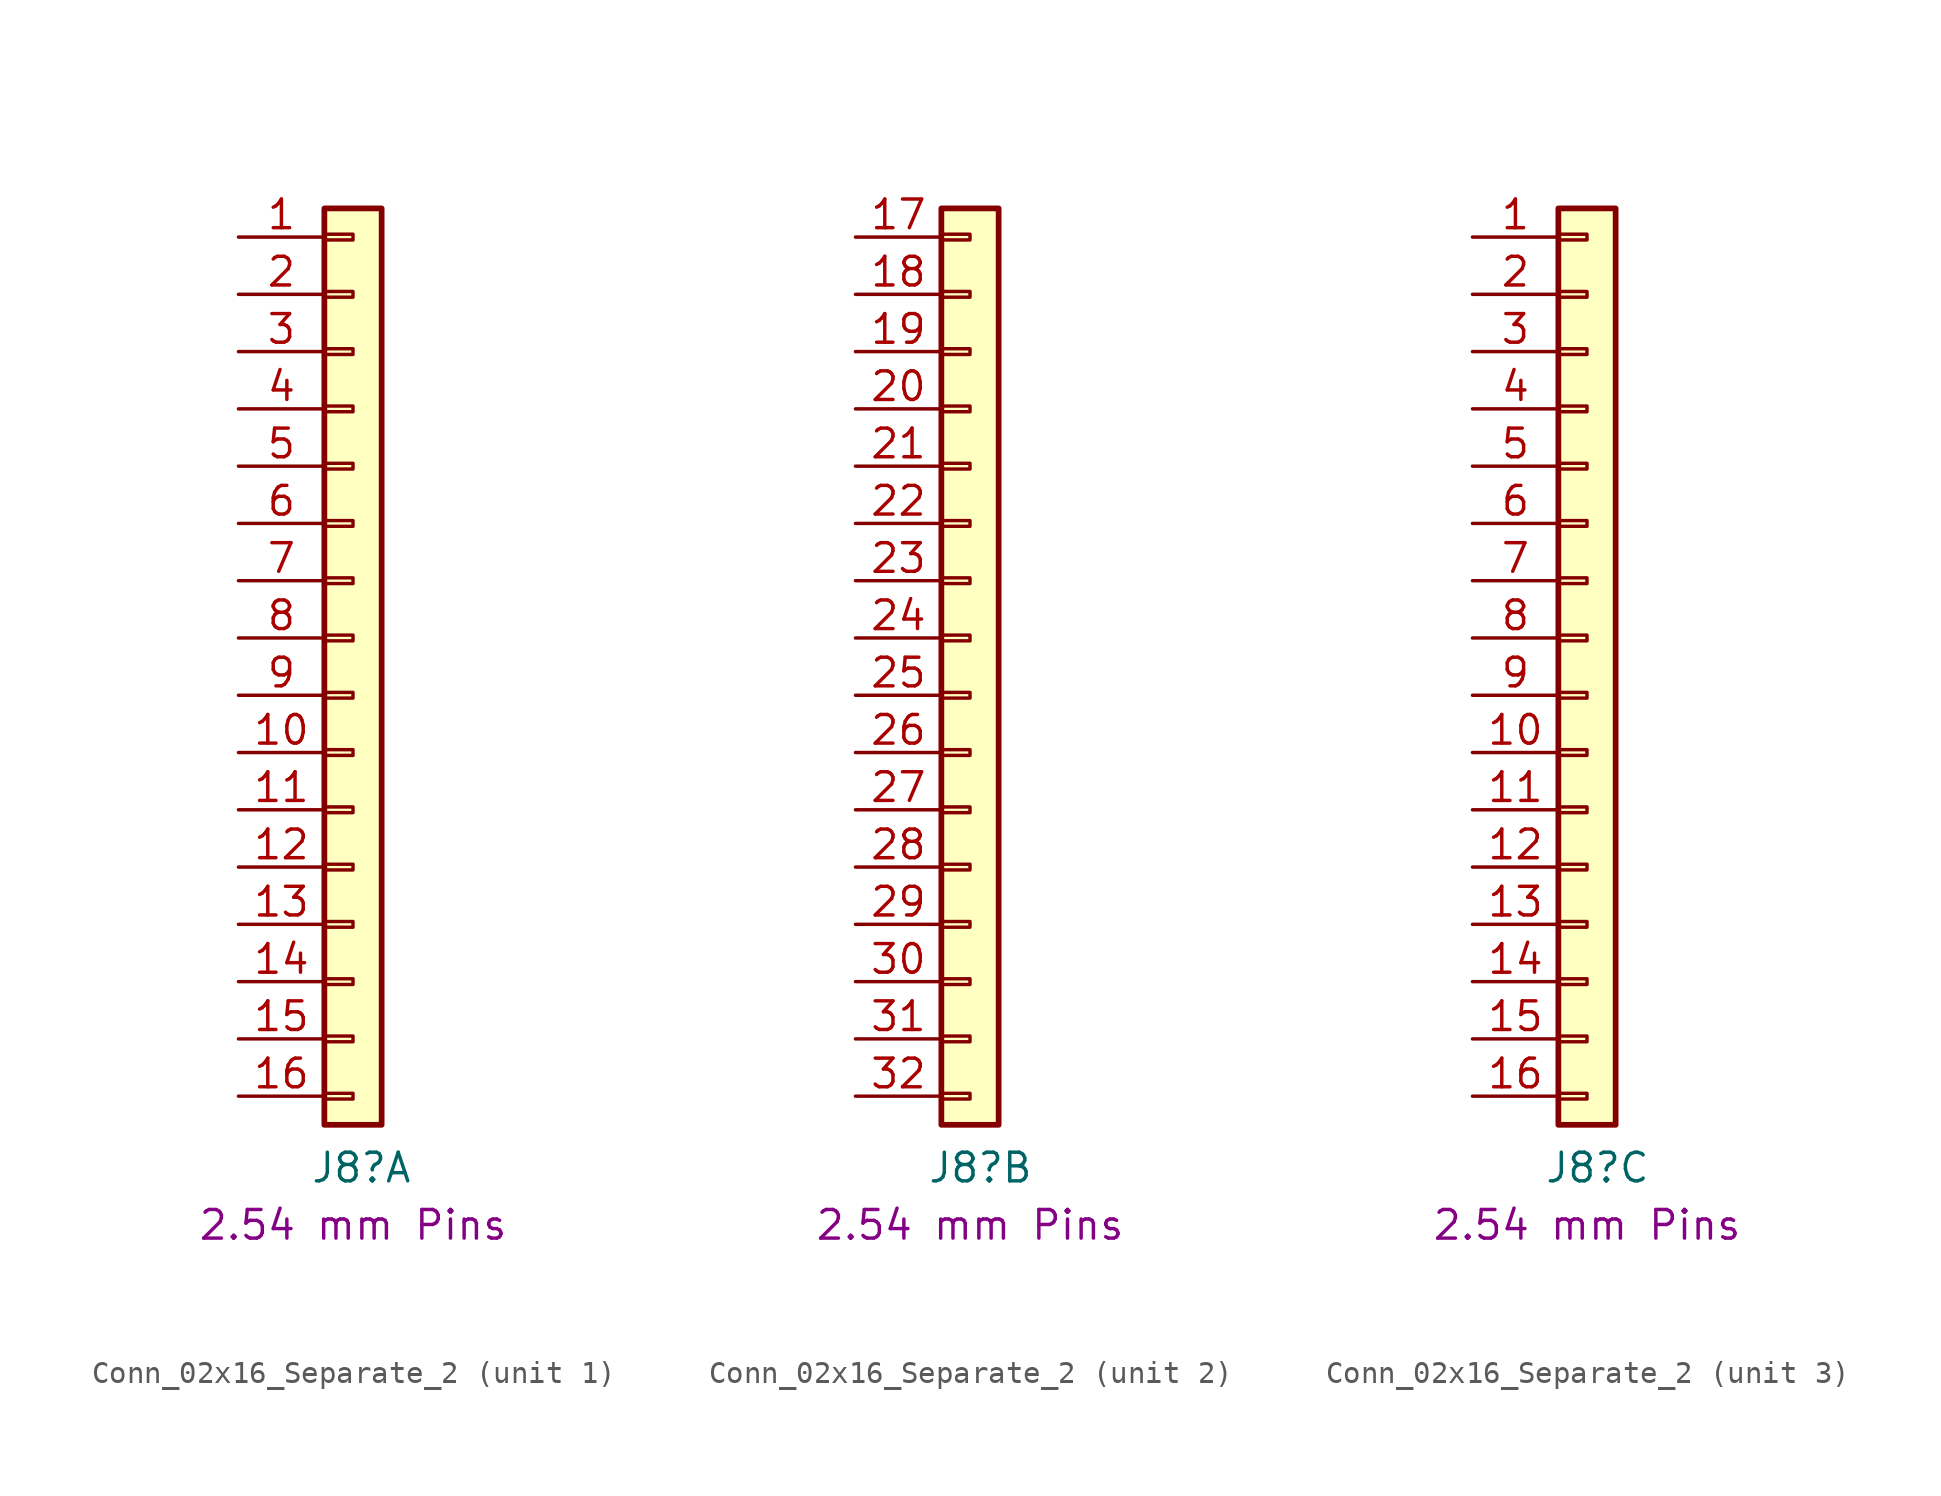
<source format=kicad_sym>
(kicad_symbol_lib
  (version 20211014)
  (generator kicad_symbol_editor)
  (symbol "Conn_02x16_Separate_2"
    (property "Reference" "J8"
      (at -1.905 -22.225 0)
      (effects (font (size 1.27 1.27)) (justify left)))
    (property "Field4" "2.54 mm Pins"
      (at 0 -24.765 0)
      (effects (font (size 1.27 1.27))))
    (property "ki_locked" ""
      (at 0 0 0)
      (effects (font (size 1.27 1.27))))
    (symbol "Conn_02x16_Separate_2_1_1"
      (rectangle (start -1.27 -18.923) (end 0 -19.177) (stroke (width 0.152) (type default) (color 0 0 0 0)) (fill (type none)))
      (rectangle (start -1.27 -16.383) (end 0 -16.637) (stroke (width 0.152) (type default) (color 0 0 0 0)) (fill (type none)))
      (rectangle (start -1.27 -13.843) (end 0 -14.097) (stroke (width 0.152) (type default) (color 0 0 0 0)) (fill (type none)))
      (rectangle (start -1.27 -11.303) (end 0 -11.557) (stroke (width 0.152) (type default) (color 0 0 0 0)) (fill (type none)))
      (rectangle (start -1.27 -8.763) (end 0 -9.017) (stroke (width 0.152) (type default) (color 0 0 0 0)) (fill (type none)))
      (rectangle (start -1.27 -6.223) (end 0 -6.477) (stroke (width 0.152) (type default) (color 0 0 0 0)) (fill (type none)))
      (rectangle (start -1.27 -3.683) (end 0 -3.937) (stroke (width 0.152) (type default) (color 0 0 0 0)) (fill (type none)))
      (rectangle (start -1.27 -1.143) (end 0 -1.397) (stroke (width 0.152) (type default) (color 0 0 0 0)) (fill (type none)))
      (rectangle (start -1.27 1.397) (end 0 1.143) (stroke (width 0.152) (type default) (color 0 0 0 0)) (fill (type none)))
      (rectangle (start -1.27 3.937) (end 0 3.683) (stroke (width 0.152) (type default) (color 0 0 0 0)) (fill (type none)))
      (rectangle (start -1.27 6.477) (end 0 6.223) (stroke (width 0.152) (type default) (color 0 0 0 0)) (fill (type none)))
      (rectangle (start -1.27 9.017) (end 0 8.763) (stroke (width 0.152) (type default) (color 0 0 0 0)) (fill (type none)))
      (rectangle (start -1.27 11.557) (end 0 11.303) (stroke (width 0.152) (type default) (color 0 0 0 0)) (fill (type none)))
      (rectangle (start -1.27 14.097) (end 0 13.843) (stroke (width 0.152) (type default) (color 0 0 0 0)) (fill (type none)))
      (rectangle (start -1.27 16.637) (end 0 16.383) (stroke (width 0.152) (type default) (color 0 0 0 0)) (fill (type none)))
      (rectangle (start -1.27 19.177) (end 0 18.923) (stroke (width 0.152) (type default) (color 0 0 0 0)) (fill (type none)))
      (rectangle (start -1.27 20.32) (end 1.27 -20.32) (stroke (width 0.254) (type default) (color 0 0 0 0)) (fill (type background)))
      (pin passive line (at -5.08 19.05 0) (length 3.81) (name "" (effects (font (size 1.27 1.27)))) (number "1" (effects (font (size 1.27 1.27)))))
      (pin passive line (at -5.08 -3.81 0) (length 3.81) (name "" (effects (font (size 1.27 1.27)))) (number "10" (effects (font (size 1.27 1.27)))))
      (pin passive line (at -5.08 -6.35 0) (length 3.81) (name "" (effects (font (size 1.27 1.27)))) (number "11" (effects (font (size 1.27 1.27)))))
      (pin passive line (at -5.08 -8.89 0) (length 3.81) (name "" (effects (font (size 1.27 1.27)))) (number "12" (effects (font (size 1.27 1.27)))))
      (pin passive line (at -5.08 -11.43 0) (length 3.81) (name "" (effects (font (size 1.27 1.27)))) (number "13" (effects (font (size 1.27 1.27)))))
      (pin passive line (at -5.08 -13.97 0) (length 3.81) (name "" (effects (font (size 1.27 1.27)))) (number "14" (effects (font (size 1.27 1.27)))))
      (pin passive line (at -5.08 -16.51 0) (length 3.81) (name "" (effects (font (size 1.27 1.27)))) (number "15" (effects (font (size 1.27 1.27)))))
      (pin passive line (at -5.08 -19.05 0) (length 3.81) (name "" (effects (font (size 1.27 1.27)))) (number "16" (effects (font (size 1.27 1.27)))))
      (pin passive line (at -5.08 16.51 0) (length 3.81) (name "" (effects (font (size 1.27 1.27)))) (number "2" (effects (font (size 1.27 1.27)))))
      (pin passive line (at -5.08 13.97 0) (length 3.81) (name "" (effects (font (size 1.27 1.27)))) (number "3" (effects (font (size 1.27 1.27)))))
      (pin passive line (at -5.08 11.43 0) (length 3.81) (name "" (effects (font (size 1.27 1.27)))) (number "4" (effects (font (size 1.27 1.27)))))
      (pin passive line (at -5.08 8.89 0) (length 3.81) (name "" (effects (font (size 1.27 1.27)))) (number "5" (effects (font (size 1.27 1.27)))))
      (pin passive line (at -5.08 6.35 0) (length 3.81) (name "" (effects (font (size 1.27 1.27)))) (number "6" (effects (font (size 1.27 1.27)))))
      (pin passive line (at -5.08 3.81 0) (length 3.81) (name "" (effects (font (size 1.27 1.27)))) (number "7" (effects (font (size 1.27 1.27)))))
      (pin passive line (at -5.08 1.27 0) (length 3.81) (name "" (effects (font (size 1.27 1.27)))) (number "8" (effects (font (size 1.27 1.27)))))
      (pin passive line (at -5.08 -1.27 0) (length 3.81) (name "" (effects (font (size 1.27 1.27)))) (number "9" (effects (font (size 1.27 1.27))))))
    (symbol "Conn_02x16_Separate_2_2_1"
      (rectangle (start -1.27 -18.923) (end 0 -19.177) (stroke (width 0.152) (type default) (color 0 0 0 0)) (fill (type none)))
      (rectangle (start -1.27 -16.383) (end 0 -16.637) (stroke (width 0.152) (type default) (color 0 0 0 0)) (fill (type none)))
      (rectangle (start -1.27 -13.843) (end 0 -14.097) (stroke (width 0.152) (type default) (color 0 0 0 0)) (fill (type none)))
      (rectangle (start -1.27 -11.303) (end 0 -11.557) (stroke (width 0.152) (type default) (color 0 0 0 0)) (fill (type none)))
      (rectangle (start -1.27 -8.763) (end 0 -9.017) (stroke (width 0.152) (type default) (color 0 0 0 0)) (fill (type none)))
      (rectangle (start -1.27 -6.223) (end 0 -6.477) (stroke (width 0.152) (type default) (color 0 0 0 0)) (fill (type none)))
      (rectangle (start -1.27 -3.683) (end 0 -3.937) (stroke (width 0.152) (type default) (color 0 0 0 0)) (fill (type none)))
      (rectangle (start -1.27 -1.143) (end 0 -1.397) (stroke (width 0.152) (type default) (color 0 0 0 0)) (fill (type none)))
      (rectangle (start -1.27 1.397) (end 0 1.143) (stroke (width 0.152) (type default) (color 0 0 0 0)) (fill (type none)))
      (rectangle (start -1.27 3.937) (end 0 3.683) (stroke (width 0.152) (type default) (color 0 0 0 0)) (fill (type none)))
      (rectangle (start -1.27 6.477) (end 0 6.223) (stroke (width 0.152) (type default) (color 0 0 0 0)) (fill (type none)))
      (rectangle (start -1.27 9.017) (end 0 8.763) (stroke (width 0.152) (type default) (color 0 0 0 0)) (fill (type none)))
      (rectangle (start -1.27 11.557) (end 0 11.303) (stroke (width 0.152) (type default) (color 0 0 0 0)) (fill (type none)))
      (rectangle (start -1.27 14.097) (end 0 13.843) (stroke (width 0.152) (type default) (color 0 0 0 0)) (fill (type none)))
      (rectangle (start -1.27 16.637) (end 0 16.383) (stroke (width 0.152) (type default) (color 0 0 0 0)) (fill (type none)))
      (rectangle (start -1.27 19.177) (end 0 18.923) (stroke (width 0.152) (type default) (color 0 0 0 0)) (fill (type none)))
      (rectangle (start -1.27 20.32) (end 1.27 -20.32) (stroke (width 0.254) (type default) (color 0 0 0 0)) (fill (type background)))
      (pin passive line (at -5.08 19.05 0) (length 3.81) (name "" (effects (font (size 1.27 1.27)))) (number "17" (effects (font (size 1.27 1.27)))))
      (pin passive line (at -5.08 16.51 0) (length 3.81) (name "" (effects (font (size 1.27 1.27)))) (number "18" (effects (font (size 1.27 1.27)))))
      (pin passive line (at -5.08 13.97 0) (length 3.81) (name "" (effects (font (size 1.27 1.27)))) (number "19" (effects (font (size 1.27 1.27)))))
      (pin passive line (at -5.08 11.43 0) (length 3.81) (name "" (effects (font (size 1.27 1.27)))) (number "20" (effects (font (size 1.27 1.27)))))
      (pin passive line (at -5.08 8.89 0) (length 3.81) (name "" (effects (font (size 1.27 1.27)))) (number "21" (effects (font (size 1.27 1.27)))))
      (pin passive line (at -5.08 6.35 0) (length 3.81) (name "" (effects (font (size 1.27 1.27)))) (number "22" (effects (font (size 1.27 1.27)))))
      (pin passive line (at -5.08 3.81 0) (length 3.81) (name "" (effects (font (size 1.27 1.27)))) (number "23" (effects (font (size 1.27 1.27)))))
      (pin passive line (at -5.08 1.27 0) (length 3.81) (name "" (effects (font (size 1.27 1.27)))) (number "24" (effects (font (size 1.27 1.27)))))
      (pin passive line (at -5.08 -1.27 0) (length 3.81) (name "" (effects (font (size 1.27 1.27)))) (number "25" (effects (font (size 1.27 1.27)))))
      (pin passive line (at -5.08 -3.81 0) (length 3.81) (name "" (effects (font (size 1.27 1.27)))) (number "26" (effects (font (size 1.27 1.27)))))
      (pin passive line (at -5.08 -6.35 0) (length 3.81) (name "" (effects (font (size 1.27 1.27)))) (number "27" (effects (font (size 1.27 1.27)))))
      (pin passive line (at -5.08 -8.89 0) (length 3.81) (name "" (effects (font (size 1.27 1.27)))) (number "28" (effects (font (size 1.27 1.27)))))
      (pin passive line (at -5.08 -11.43 0) (length 3.81) (name "" (effects (font (size 1.27 1.27)))) (number "29" (effects (font (size 1.27 1.27)))))
      (pin passive line (at -5.08 -13.97 0) (length 3.81) (name "" (effects (font (size 1.27 1.27)))) (number "30" (effects (font (size 1.27 1.27)))))
      (pin passive line (at -5.08 -16.51 0) (length 3.81) (name "" (effects (font (size 1.27 1.27)))) (number "31" (effects (font (size 1.27 1.27)))))
      (pin passive line (at -5.08 -19.05 0) (length 3.81) (name "" (effects (font (size 1.27 1.27)))) (number "32" (effects (font (size 1.27 1.27))))))
    (symbol "Conn_02x16_Separate_2_3_1"
      (rectangle (start -1.27 -18.923) (end 0 -19.177) (stroke (width 0.152) (type default) (color 0 0 0 0)) (fill (type none)))
      (rectangle (start -1.27 -16.383) (end 0 -16.637) (stroke (width 0.152) (type default) (color 0 0 0 0)) (fill (type none)))
      (rectangle (start -1.27 -13.843) (end 0 -14.097) (stroke (width 0.152) (type default) (color 0 0 0 0)) (fill (type none)))
      (rectangle (start -1.27 -11.303) (end 0 -11.557) (stroke (width 0.152) (type default) (color 0 0 0 0)) (fill (type none)))
      (rectangle (start -1.27 -8.763) (end 0 -9.017) (stroke (width 0.152) (type default) (color 0 0 0 0)) (fill (type none)))
      (rectangle (start -1.27 -6.223) (end 0 -6.477) (stroke (width 0.152) (type default) (color 0 0 0 0)) (fill (type none)))
      (rectangle (start -1.27 -3.683) (end 0 -3.937) (stroke (width 0.152) (type default) (color 0 0 0 0)) (fill (type none)))
      (rectangle (start -1.27 -1.143) (end 0 -1.397) (stroke (width 0.152) (type default) (color 0 0 0 0)) (fill (type none)))
      (rectangle (start -1.27 1.397) (end 0 1.143) (stroke (width 0.152) (type default) (color 0 0 0 0)) (fill (type none)))
      (rectangle (start -1.27 3.937) (end 0 3.683) (stroke (width 0.152) (type default) (color 0 0 0 0)) (fill (type none)))
      (rectangle (start -1.27 6.477) (end 0 6.223) (stroke (width 0.152) (type default) (color 0 0 0 0)) (fill (type none)))
      (rectangle (start -1.27 9.017) (end 0 8.763) (stroke (width 0.152) (type default) (color 0 0 0 0)) (fill (type none)))
      (rectangle (start -1.27 11.557) (end 0 11.303) (stroke (width 0.152) (type default) (color 0 0 0 0)) (fill (type none)))
      (rectangle (start -1.27 14.097) (end 0 13.843) (stroke (width 0.152) (type default) (color 0 0 0 0)) (fill (type none)))
      (rectangle (start -1.27 16.637) (end 0 16.383) (stroke (width 0.152) (type default) (color 0 0 0 0)) (fill (type none)))
      (rectangle (start -1.27 19.177) (end 0 18.923) (stroke (width 0.152) (type default) (color 0 0 0 0)) (fill (type none)))
      (rectangle (start -1.27 20.32) (end 1.27 -20.32) (stroke (width 0.254) (type default) (color 0 0 0 0)) (fill (type background)))
      (pin passive line (at -5.08 19.05 0) (length 3.81) (name "" (effects (font (size 1.27 1.27)))) (number "1" (effects (font (size 1.27 1.27)))))
      (pin passive line (at -5.08 -3.81 0) (length 3.81) (name "" (effects (font (size 1.27 1.27)))) (number "10" (effects (font (size 1.27 1.27)))))
      (pin passive line (at -5.08 -6.35 0) (length 3.81) (name "" (effects (font (size 1.27 1.27)))) (number "11" (effects (font (size 1.27 1.27)))))
      (pin passive line (at -5.08 -8.89 0) (length 3.81) (name "" (effects (font (size 1.27 1.27)))) (number "12" (effects (font (size 1.27 1.27)))))
      (pin passive line (at -5.08 -11.43 0) (length 3.81) (name "" (effects (font (size 1.27 1.27)))) (number "13" (effects (font (size 1.27 1.27)))))
      (pin passive line (at -5.08 -13.97 0) (length 3.81) (name "" (effects (font (size 1.27 1.27)))) (number "14" (effects (font (size 1.27 1.27)))))
      (pin passive line (at -5.08 -16.51 0) (length 3.81) (name "" (effects (font (size 1.27 1.27)))) (number "15" (effects (font (size 1.27 1.27)))))
      (pin passive line (at -5.08 -19.05 0) (length 3.81) (name "" (effects (font (size 1.27 1.27)))) (number "16" (effects (font (size 1.27 1.27)))))
      (pin passive line (at -5.08 16.51 0) (length 3.81) (name "" (effects (font (size 1.27 1.27)))) (number "2" (effects (font (size 1.27 1.27)))))
      (pin passive line (at -5.08 13.97 0) (length 3.81) (name "" (effects (font (size 1.27 1.27)))) (number "3" (effects (font (size 1.27 1.27)))))
      (pin passive line (at -5.08 11.43 0) (length 3.81) (name "" (effects (font (size 1.27 1.27)))) (number "4" (effects (font (size 1.27 1.27)))))
      (pin passive line (at -5.08 8.89 0) (length 3.81) (name "" (effects (font (size 1.27 1.27)))) (number "5" (effects (font (size 1.27 1.27)))))
      (pin passive line (at -5.08 6.35 0) (length 3.81) (name "" (effects (font (size 1.27 1.27)))) (number "6" (effects (font (size 1.27 1.27)))))
      (pin passive line (at -5.08 3.81 0) (length 3.81) (name "" (effects (font (size 1.27 1.27)))) (number "7" (effects (font (size 1.27 1.27)))))
      (pin passive line (at -5.08 1.27 0) (length 3.81) (name "" (effects (font (size 1.27 1.27)))) (number "8" (effects (font (size 1.27 1.27)))))
      (pin passive line (at -5.08 -1.27 0) (length 3.81) (name "" (effects (font (size 1.27 1.27)))) (number "9" (effects (font (size 1.27 1.27))))))))
</source>
